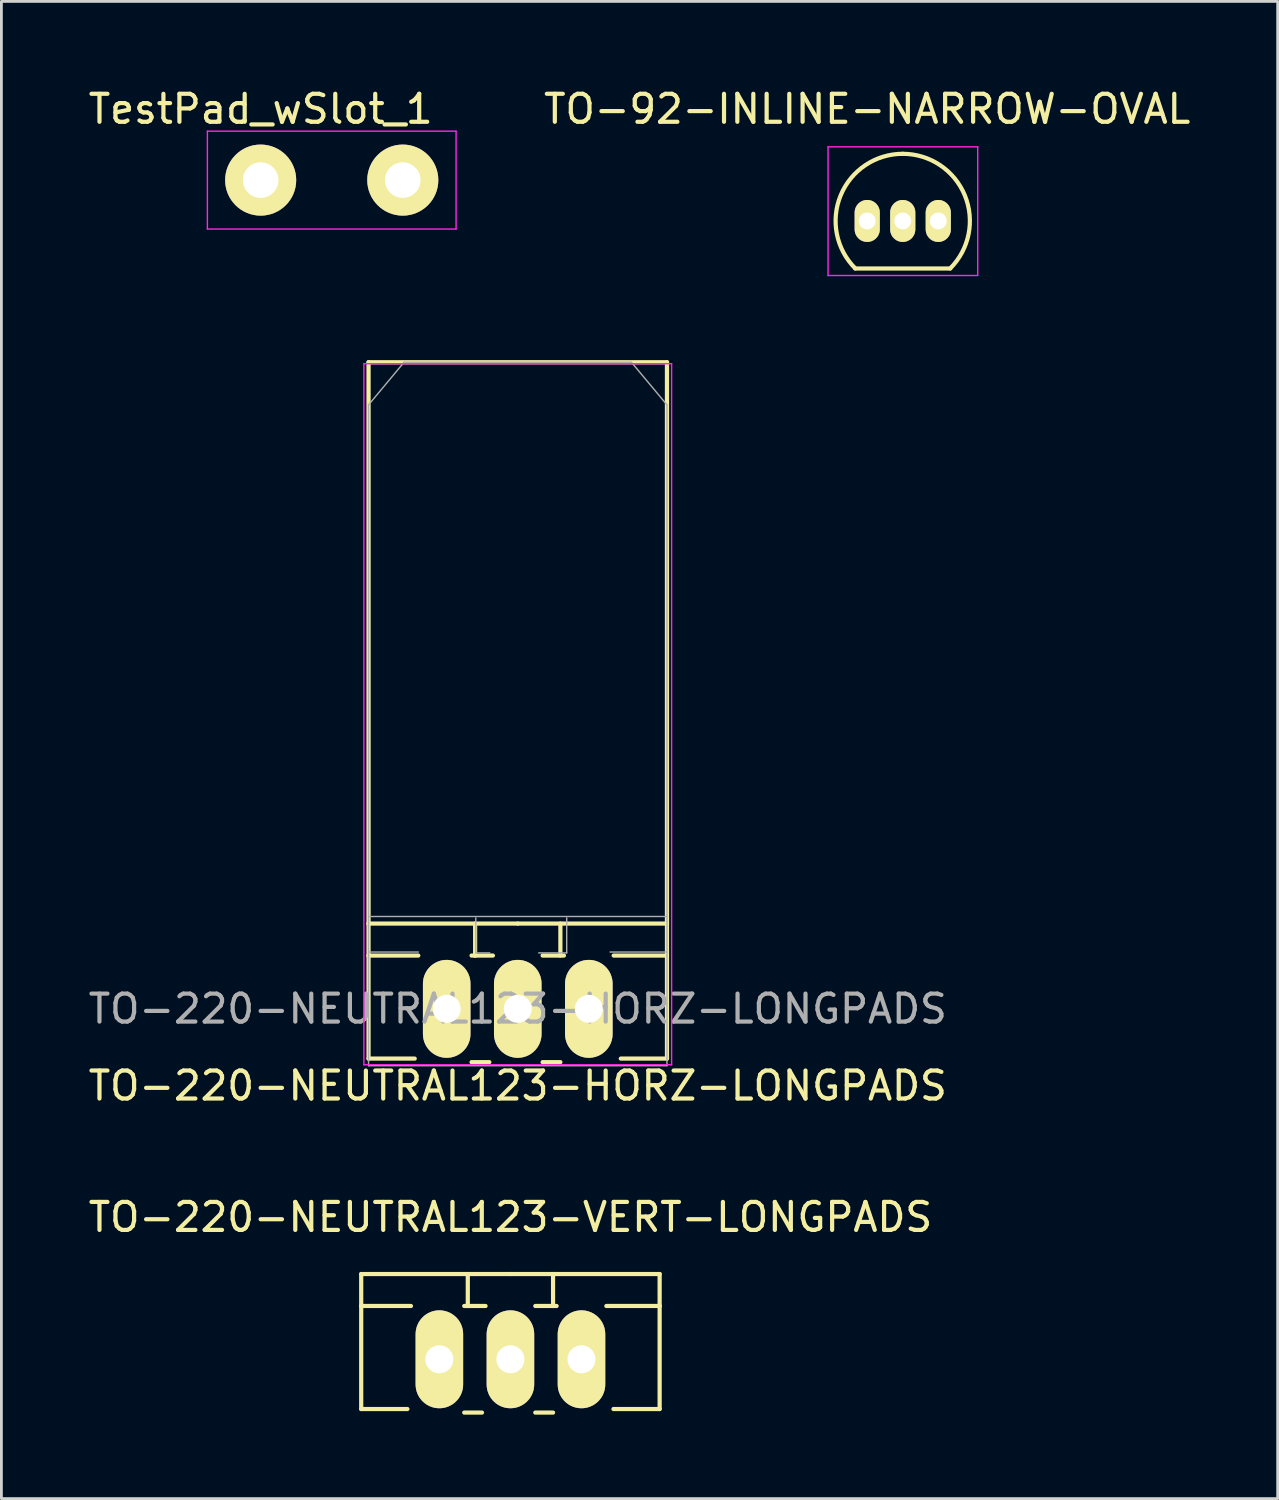
<source format=kicad_pcb>
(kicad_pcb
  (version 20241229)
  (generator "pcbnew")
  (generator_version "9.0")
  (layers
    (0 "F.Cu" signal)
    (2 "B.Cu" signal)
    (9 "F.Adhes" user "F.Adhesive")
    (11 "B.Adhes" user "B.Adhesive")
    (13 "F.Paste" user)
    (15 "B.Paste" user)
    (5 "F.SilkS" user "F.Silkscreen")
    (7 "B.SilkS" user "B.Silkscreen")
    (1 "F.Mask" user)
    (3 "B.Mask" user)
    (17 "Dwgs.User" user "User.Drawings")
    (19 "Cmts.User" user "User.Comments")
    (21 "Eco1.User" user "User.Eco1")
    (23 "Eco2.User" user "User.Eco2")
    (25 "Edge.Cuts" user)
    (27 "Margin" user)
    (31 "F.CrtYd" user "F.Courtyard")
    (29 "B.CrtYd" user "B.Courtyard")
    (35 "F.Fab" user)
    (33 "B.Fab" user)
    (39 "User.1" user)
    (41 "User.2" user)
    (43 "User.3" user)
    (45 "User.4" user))
  (footprint "TO-92-INLINE-NARROW-OVAL"
    (layer "F.Cu")
    (at 27.95 4.848)
    (property "Reference" "TO-92-INLINE-NARROW-OVAL" (at 0 -4 0) (layer "F.SilkS") (effects (font (size 1 1) (thickness 0.15))))
    (attr through_hole)
    (fp_line (start -0.43 1.7) (end 2.97 1.7) (stroke (width 0.15) (type solid)) (layer "F.SilkS"))
    (fp_arc (start -0.427056 1.697056) (mid -0.947311 -0.91844) (end 1.27 -2.4) (stroke (width 0.15) (type solid)) (layer "F.SilkS"))
    (fp_arc (start 1.27 -2.4) (mid 3.487311 -0.91844) (end 2.967056 1.697056) (stroke (width 0.15) (type solid)) (layer "F.SilkS"))
    (fp_line (start -1.4 -2.65) (end 3.95 -2.65) (stroke (width 0.05) (type solid)) (layer "F.CrtYd"))
    (fp_line (start -1.4 1.95) (end -1.4 -2.65) (stroke (width 0.05) (type solid)) (layer "F.CrtYd"))
    (fp_line (start -1.4 1.95) (end 3.95 1.95) (stroke (width 0.05) (type solid)) (layer "F.CrtYd"))
    (fp_line (start 3.95 1.95) (end 3.95 -2.65) (stroke (width 0.05) (type solid)) (layer "F.CrtYd"))
    (pad "1" thru_hole oval (at 0 0 180) (size 0.899 1.501) (drill 0.6) (layers "*.Cu" "*.Mask" "F.SilkS"))
    (pad "2" thru_hole oval (at 1.27 0 180) (size 0.899 1.501) (drill 0.6) (layers "*.Cu" "*.Mask" "F.SilkS"))
    (pad "3" thru_hole oval (at 2.54 0 180) (size 0.899 1.501) (drill 0.6) (layers "*.Cu" "*.Mask" "F.SilkS")))
  (footprint "TestPad_wSlot_1"
    (layer "F.Cu")
    (at 6.268 3.388)
    (property "Reference" "TestPad_wSlot_1" (at 0 -2.54 0) (layer "F.SilkS") (effects (font (size 1 1) (thickness 0.15))))
    (attr through_hole)
    (fp_line (start -1.905 -1.75) (end -1.905 1.75) (stroke (width 0.05) (type solid)) (layer "F.CrtYd"))
    (fp_line (start -1.905 -1.75) (end 6.985 -1.75) (stroke (width 0.05) (type solid)) (layer "F.CrtYd"))
    (fp_line (start -1.905 1.75) (end 6.985 1.75) (stroke (width 0.05) (type solid)) (layer "F.CrtYd"))
    (fp_line (start 6.985 -1.75) (end 6.985 1.75) (stroke (width 0.05) (type solid)) (layer "F.CrtYd"))
    (pad "1" thru_hole circle (at 0 0) (size 2.54 2.54) (drill 1.27) (layers "*.Cu" "*.Mask" "F.SilkS"))
    (pad "1" thru_hole circle (at 5.08 0) (size 2.54 2.54) (drill 1.27) (layers "*.Cu" "*.Mask" "F.SilkS")))
  (footprint "TO-220-NEUTRAL123-VERT-LONGPADS"
    (layer "F.Cu")
    (at 15.196 45.54)
    (property "Reference" "TO-220-NEUTRAL123-VERT-LONGPADS" (at 0 -5.08 0) (layer "F.SilkS") (effects (font (size 1 1) (thickness 0.15))))
    (attr through_hole)
    (fp_line (start -5.334 -1.905) (end -5.334 -3.048) (stroke (width 0.15) (type solid)) (layer "F.SilkS"))
    (fp_line (start -5.334 -1.905) (end -3.556 -1.905) (stroke (width 0.15) (type solid)) (layer "F.SilkS"))
    (fp_line (start -5.334 1.778) (end -5.334 -1.905) (stroke (width 0.15) (type solid)) (layer "F.SilkS"))
    (fp_line (start -5.334 1.778) (end -3.683 1.778) (stroke (width 0.15) (type solid)) (layer "F.SilkS"))
    (fp_line (start -1.524 -3.048) (end -1.524 -1.905) (stroke (width 0.15) (type solid)) (layer "F.SilkS"))
    (fp_line (start -1.524 -1.905) (end -1.651 -1.905) (stroke (width 0.15) (type solid)) (layer "F.SilkS"))
    (fp_line (start -1.524 -1.905) (end -0.889 -1.905) (stroke (width 0.15) (type solid)) (layer "F.SilkS"))
    (fp_line (start -1.016 1.905) (end -1.651 1.905) (stroke (width 0.15) (type solid)) (layer "F.SilkS"))
    (fp_line (start 0 -3.048) (end -5.334 -3.048) (stroke (width 0.15) (type solid)) (layer "F.SilkS"))
    (fp_line (start 0 -3.048) (end 5.334 -3.048) (stroke (width 0.15) (type solid)) (layer "F.SilkS"))
    (fp_line (start 0.889 -1.905) (end 1.651 -1.905) (stroke (width 0.15) (type solid)) (layer "F.SilkS"))
    (fp_line (start 1.524 -3.048) (end 1.524 -1.905) (stroke (width 0.15) (type solid)) (layer "F.SilkS"))
    (fp_line (start 1.524 1.905) (end 0.889 1.905) (stroke (width 0.15) (type solid)) (layer "F.SilkS"))
    (fp_line (start 5.334 -3.048) (end 5.334 -1.905) (stroke (width 0.15) (type solid)) (layer "F.SilkS"))
    (fp_line (start 5.334 -1.905) (end 3.429 -1.905) (stroke (width 0.15) (type solid)) (layer "F.SilkS"))
    (fp_line (start 5.334 -1.905) (end 5.334 1.778) (stroke (width 0.15) (type solid)) (layer "F.SilkS"))
    (fp_line (start 5.334 1.778) (end 3.683 1.778) (stroke (width 0.15) (type solid)) (layer "F.SilkS"))
    (pad "1" thru_hole oval (at -2.54 0 90) (size 3.5 1.699) (drill 1.001) (layers "*.Cu" "*.Mask" "F.SilkS"))
    (pad "2" thru_hole oval (at 0 0 90) (size 3.5 1.699) (drill 1.001) (layers "*.Cu" "*.Mask" "F.SilkS"))
    (pad "3" thru_hole oval (at 2.54 0 90) (size 3.5 1.699) (drill 1.001) (layers "*.Cu" "*.Mask" "F.SilkS")))
  (footprint "TO-220-NEUTRAL123-HORZ-LONGPADS"
    (layer "F.Cu")
    (at 15.458 33.013)
    (property "Reference" "TO-220-NEUTRAL123-HORZ-LONGPADS" (at 0 0 0) (layer "F.Fab") (effects (font (size 1 1) (thickness 0.15))))
    (attr through_hole)
    (fp_line (start -5.334 -23.114) (end 5.334 -23.114) (stroke (width 0.152) (type solid)) (layer "F.SilkS"))
    (fp_line (start -5.334 -3.048) (end -5.334 -23.114) (stroke (width 0.152) (type solid)) (layer "F.SilkS"))
    (fp_line (start -5.334 -1.905) (end -5.334 -3.048) (stroke (width 0.15) (type solid)) (layer "F.SilkS"))
    (fp_line (start -5.334 -1.905) (end -3.556 -1.905) (stroke (width 0.15) (type solid)) (layer "F.SilkS"))
    (fp_line (start -5.334 1.778) (end -5.334 -1.905) (stroke (width 0.15) (type solid)) (layer "F.SilkS"))
    (fp_line (start -5.334 1.778) (end -3.683 1.778) (stroke (width 0.15) (type solid)) (layer "F.SilkS"))
    (fp_line (start -1.524 -3.048) (end -1.524 -1.905) (stroke (width 0.15) (type solid)) (layer "F.SilkS"))
    (fp_line (start -1.524 -1.905) (end -1.651 -1.905) (stroke (width 0.15) (type solid)) (layer "F.SilkS"))
    (fp_line (start -1.524 -1.905) (end -0.889 -1.905) (stroke (width 0.15) (type solid)) (layer "F.SilkS"))
    (fp_line (start -1.016 1.905) (end -1.651 1.905) (stroke (width 0.15) (type solid)) (layer "F.SilkS"))
    (fp_line (start 0 -3.048) (end -5.334 -3.048) (stroke (width 0.15) (type solid)) (layer "F.SilkS"))
    (fp_line (start 0 -3.048) (end 5.334 -3.048) (stroke (width 0.15) (type solid)) (layer "F.SilkS"))
    (fp_line (start 0.889 -1.905) (end 1.651 -1.905) (stroke (width 0.15) (type solid)) (layer "F.SilkS"))
    (fp_line (start 1.524 -3.048) (end 1.524 -1.905) (stroke (width 0.15) (type solid)) (layer "F.SilkS"))
    (fp_line (start 1.524 1.905) (end 0.889 1.905) (stroke (width 0.15) (type solid)) (layer "F.SilkS"))
    (fp_line (start 5.334 -3.048) (end 5.334 -23.114) (stroke (width 0.152) (type solid)) (layer "F.SilkS"))
    (fp_line (start 5.334 -3.048) (end 5.334 -1.905) (stroke (width 0.15) (type solid)) (layer "F.SilkS"))
    (fp_line (start 5.334 -1.905) (end 3.429 -1.905) (stroke (width 0.15) (type solid)) (layer "F.SilkS"))
    (fp_line (start 5.334 -1.905) (end 5.334 1.778) (stroke (width 0.15) (type solid)) (layer "F.SilkS"))
    (fp_line (start 5.334 1.778) (end 3.683 1.778) (stroke (width 0.15) (type solid)) (layer "F.SilkS"))
    (fp_line (start -5.5 -23.062) (end -5.5 2) (stroke (width 0.05) (type solid)) (layer "F.CrtYd"))
    (fp_line (start -5.5 2) (end 5.5 2) (stroke (width 0.05) (type solid)) (layer "F.CrtYd"))
    (fp_line (start 5.5 -23.062) (end -5.5 -23.062) (stroke (width 0.05) (type solid)) (layer "F.CrtYd"))
    (fp_line (start 5.5 2) (end 5.5 -23.062) (stroke (width 0.05) (type solid)) (layer "F.CrtYd"))
    (fp_line (start -5.334 -21.59) (end -4.064 -23.114) (stroke (width 0.05) (type solid)) (layer "F.Fab"))
    (fp_line (start -5.334 2.032) (end -5.334 -21.59) (stroke (width 0.05) (type solid)) (layer "F.Fab"))
    (fp_line (start -3.556 -2.032) (end -5.334 -2.032) (stroke (width 0.05) (type solid)) (layer "F.Fab"))
    (fp_line (start -1.5 -2) (end -1.5 -3.25) (stroke (width 0.05) (type solid)) (layer "F.Fab"))
    (fp_line (start -1 -2) (end -1.5 -2) (stroke (width 0.05) (type solid)) (layer "F.Fab"))
    (fp_line (start 1.75 -2) (end 0.75 -2) (stroke (width 0.05) (type solid)) (layer "F.Fab"))
    (fp_line (start 1.75 -2) (end 1.75 -3.25) (stroke (width 0.05) (type solid)) (layer "F.Fab"))
    (fp_line (start 4.064 -23.114) (end -4.064 -23.114) (stroke (width 0.05) (type solid)) (layer "F.Fab"))
    (fp_line (start 4.064 -23.114) (end 5.334 -21.59) (stroke (width 0.05) (type solid)) (layer "F.Fab"))
    (fp_line (start 5.334 -21.59) (end 5.334 2.032) (stroke (width 0.05) (type solid)) (layer "F.Fab"))
    (fp_line (start 5.334 -3.302) (end -5.334 -3.302) (stroke (width 0.05) (type solid)) (layer "F.Fab"))
    (fp_line (start 5.334 -2.032) (end 3.302 -2.032) (stroke (width 0.05) (type solid)) (layer "F.Fab"))
    (fp_line (start 5.334 2.032) (end -5.334 2.032) (stroke (width 0.05) (type solid)) (layer "F.Fab"))
    (fp_text user "${REFERENCE}" (at 0 2.75 0) (layer "F.SilkS") (effects (font (size 1 1) (thickness 0.15))))
    (pad "" smd rect (at 0 -15.494) (size 7 10) (layers "F.Mask"))
    (pad "1" thru_hole oval (at -2.54 0 90) (size 3.5 1.699) (drill 1.001) (layers "*.Cu" "*.Mask" "F.SilkS"))
    (pad "2" thru_hole oval (at 0 0 90) (size 3.5 1.699) (drill 1.001) (layers "*.Cu" "*.Mask" "F.SilkS"))
    (pad "3" thru_hole oval (at 2.54 0 90) (size 3.5 1.699) (drill 1.001) (layers "*.Cu" "*.Mask" "F.SilkS")))
  (gr_rect
    (start -3 -3)
    (end 42.623 50.52)
    (stroke (width 0.1) (type default))
    (fill no)
    (layer "Edge.Cuts")))
</source>
